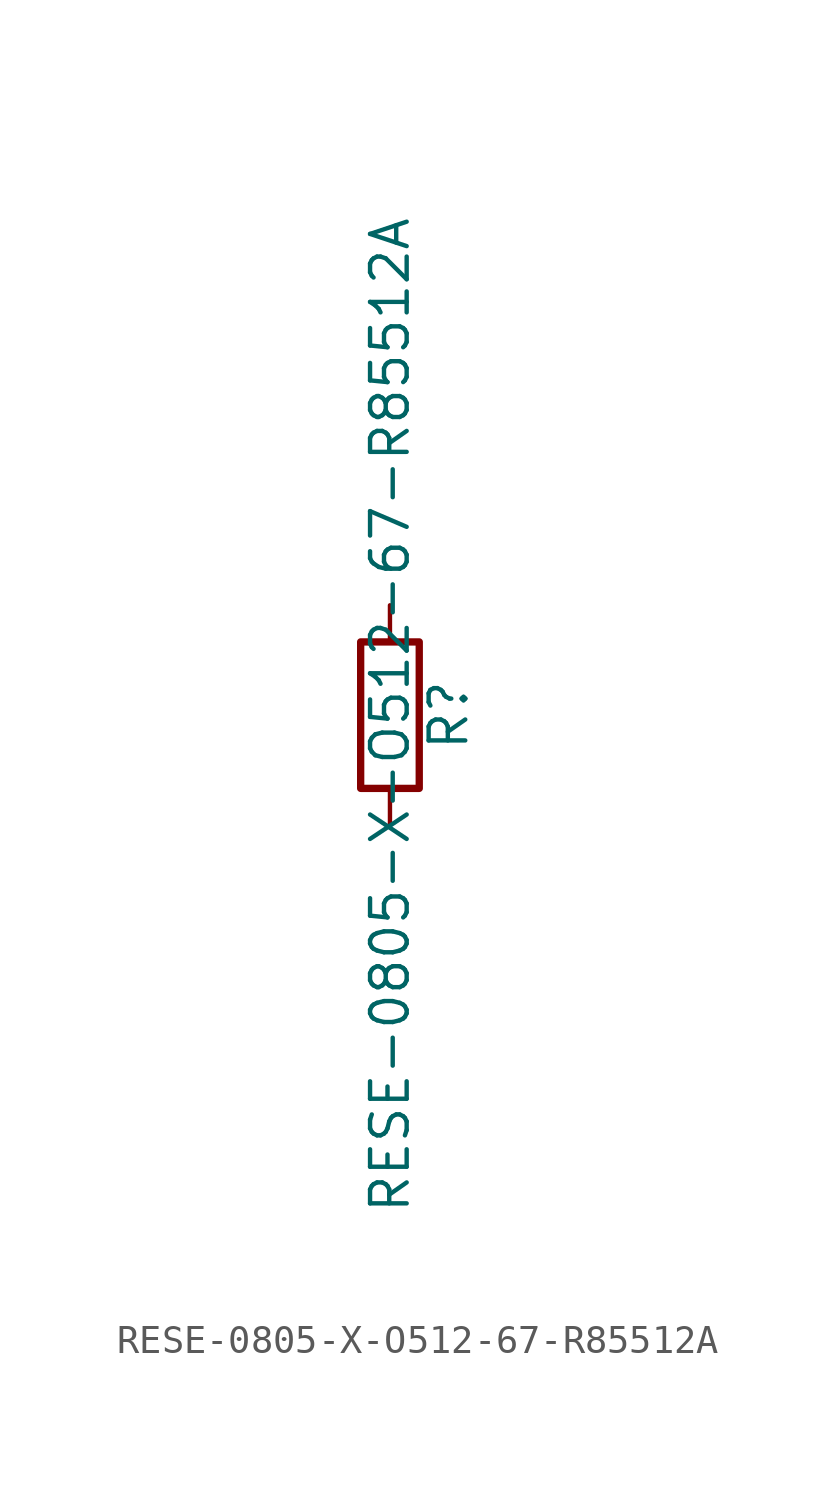
<source format=kicad_sym>
(kicad_symbol_lib
  (version 20211014)
  (generator kicad_symbol_editor)
  (symbol "RESE-0805-X-O512-67-R85512A"
    (pin_numbers hide)
    (pin_names
      (offset 0))
    (property "Reference" "R"
      (at 2.032 0 90)
      (effects (font (size 1.27 1.27))))
    (property "Value" "RESE-0805-X-O512-67-R85512A"
      (at 0 0 90)
      (effects (font (size 1.27 1.27))))
    (symbol "RESE-0805-X-O512-67-R85512A_0_1"
      (rectangle (start -1.016 -2.54) (end 1.016 2.54) (stroke (width 0.254) (type default) (color 0 0 0 0)) (fill (type none))))
    (symbol "RESE-0805-X-O512-67-R85512A_1_1"
      (pin passive line (at 0 3.81 270) (length 1.27) (name "~" (effects (font (size 1.27 1.27)))) (number "1" (effects (font (size 1.27 1.27)))))
      (pin passive line (at 0 -3.81 90) (length 1.27) (name "~" (effects (font (size 1.27 1.27)))) (number "2" (effects (font (size 1.27 1.27))))))))
</source>
